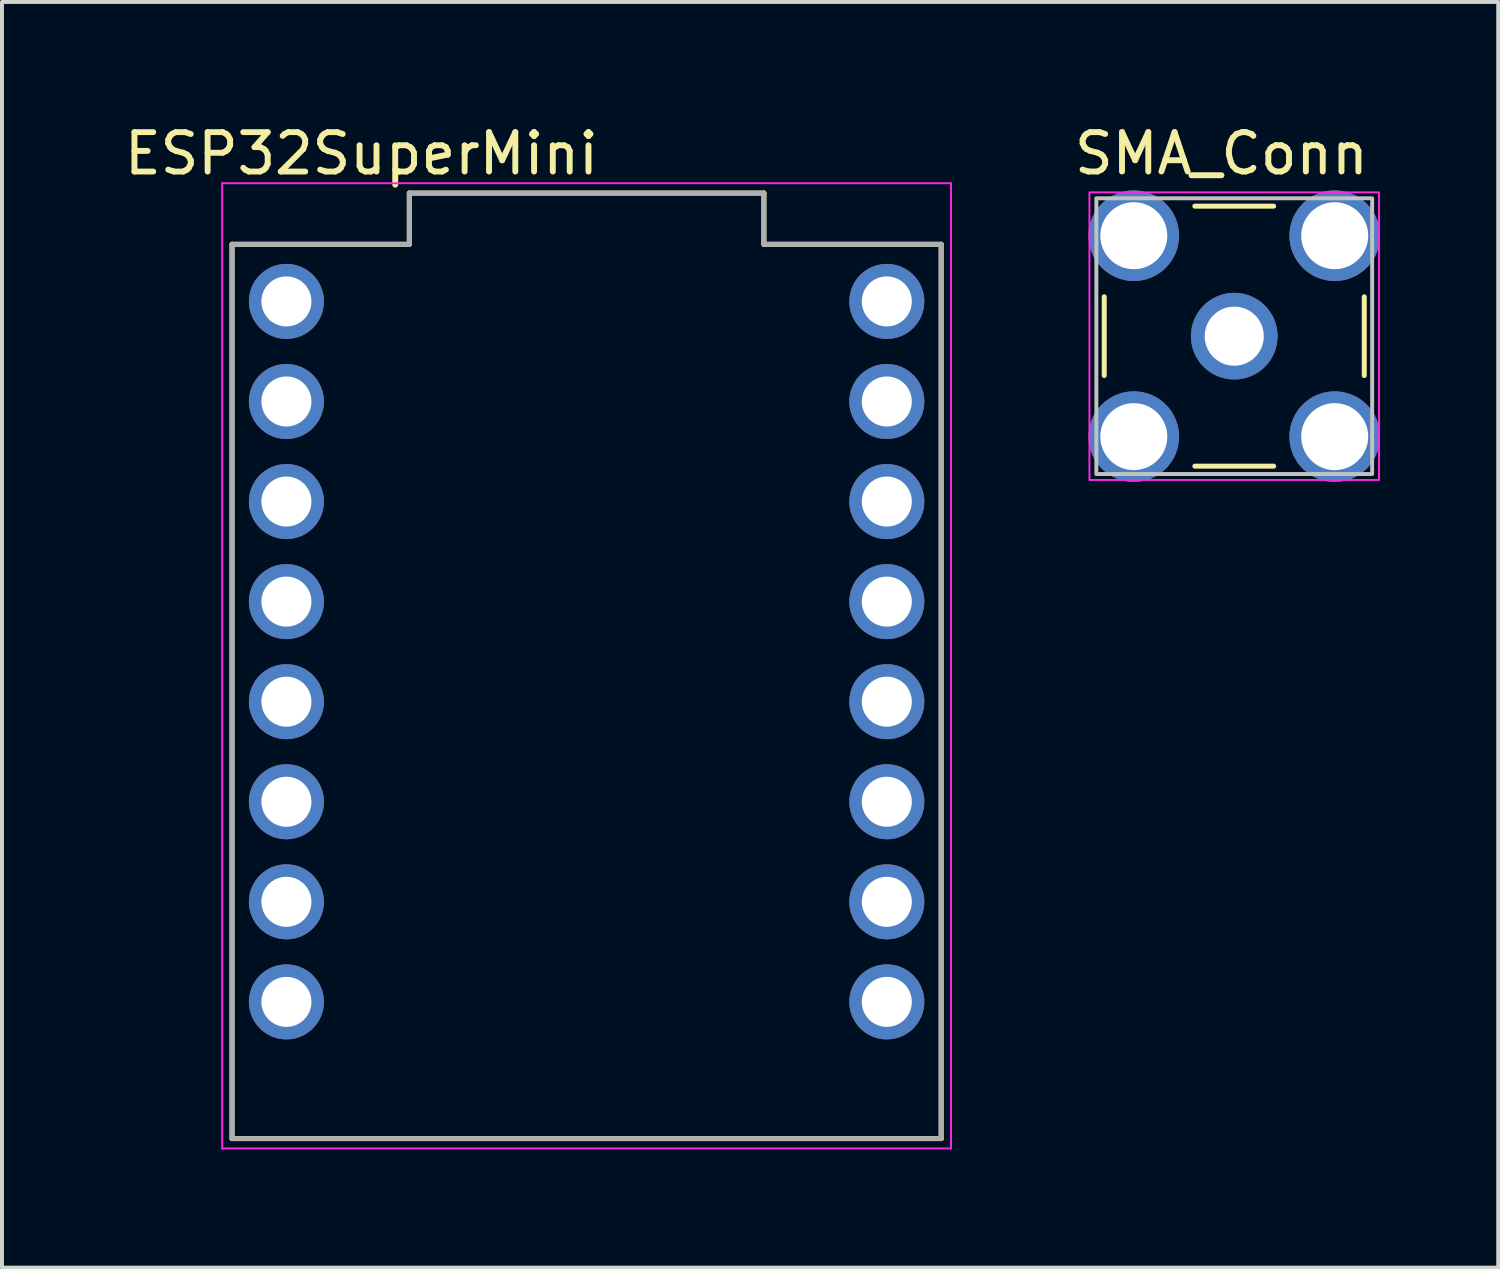
<source format=kicad_pcb>
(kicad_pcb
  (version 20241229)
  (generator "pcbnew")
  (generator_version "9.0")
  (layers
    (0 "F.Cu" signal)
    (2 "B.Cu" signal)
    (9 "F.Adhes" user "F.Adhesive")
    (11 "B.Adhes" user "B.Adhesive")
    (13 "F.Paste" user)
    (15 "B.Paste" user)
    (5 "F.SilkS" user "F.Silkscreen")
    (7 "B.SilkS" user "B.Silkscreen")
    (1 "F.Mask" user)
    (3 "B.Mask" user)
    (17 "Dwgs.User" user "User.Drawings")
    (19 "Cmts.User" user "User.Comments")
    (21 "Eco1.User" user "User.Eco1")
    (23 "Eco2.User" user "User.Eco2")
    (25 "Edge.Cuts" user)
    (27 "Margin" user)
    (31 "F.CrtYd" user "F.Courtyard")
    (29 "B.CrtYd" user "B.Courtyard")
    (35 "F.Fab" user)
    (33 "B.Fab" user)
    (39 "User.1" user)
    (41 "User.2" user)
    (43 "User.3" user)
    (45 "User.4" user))
  (footprint "SMA_Conn"
    (layer "F.Cu")
    (at 28.279 5.483)
    (property "Reference" "SMA_Conn" (at -0.325 -4.635 0) (layer "F.SilkS") (effects (font (size 1 1) (thickness 0.15))))
    (attr through_hole)
    (fp_line (start -3.3 1) (end -3.3 -1) (stroke (width 0.127) (type solid)) (layer "F.SilkS"))
    (fp_line (start -1 -3.3) (end 1 -3.3) (stroke (width 0.127) (type solid)) (layer "F.SilkS"))
    (fp_line (start 1 3.3) (end -1 3.3) (stroke (width 0.127) (type solid)) (layer "F.SilkS"))
    (fp_line (start 3.3 -1) (end 3.3 1) (stroke (width 0.127) (type solid)) (layer "F.SilkS"))
    (fp_rect (start -3.5 -3.5) (end 3.5 3.5) (stroke (width 0.1) (type default)) (fill no) (layer "Dwgs.User"))
    (fp_rect (start -3.675 -3.65) (end 3.675 3.65) (stroke (width 0.05) (type default)) (fill no) (layer "F.CrtYd"))
    (pad "1" thru_hole circle (at 0 0) (size 2.2 2.2) (drill 1.5) (layers "*.Cu" "*.Mask"))
    (pad "2" thru_hole circle (at -2.55 -2.55) (size 2.3 2.3) (drill 1.7) (layers "*.Cu" "*.Mask"))
    (pad "2" thru_hole circle (at -2.55 2.55) (size 2.3 2.3) (drill 1.7) (layers "*.Cu" "*.Mask"))
    (pad "2" thru_hole circle (at 2.55 -2.55) (size 2.3 2.3) (drill 1.7) (layers "*.Cu" "*.Mask"))
    (pad "2" thru_hole circle (at 2.55 2.55) (size 2.3 2.3) (drill 1.7) (layers "*.Cu" "*.Mask")))
  (footprint "ESP32SuperMini"
    (layer "F.Cu")
    (at 11.84 14.501)
    (property "Reference" "ESP32SuperMini" (at -5.715 -13.652 0) (layer "F.SilkS") (effects (font (size 1 1) (thickness 0.15))))
    (attr through_hole)
    (fp_line (start -9 11.35) (end -9 -11.35) (stroke (width 0.127) (type solid)) (layer "F.SilkS"))
    (fp_line (start -4.5 -12.65) (end -4.5 -11.35) (stroke (width 0.127) (type solid)) (layer "F.SilkS"))
    (fp_line (start -4.5 -11.35) (end -9 -11.35) (stroke (width 0.127) (type solid)) (layer "F.SilkS"))
    (fp_line (start 4.5 -12.65) (end -4.5 -12.65) (stroke (width 0.127) (type solid)) (layer "F.SilkS"))
    (fp_line (start 4.5 -12.65) (end 4.5 -11.35) (stroke (width 0.127) (type solid)) (layer "F.SilkS"))
    (fp_line (start 9 -11.35) (end 4.5 -11.35) (stroke (width 0.127) (type solid)) (layer "F.SilkS"))
    (fp_line (start 9 11.35) (end -9 11.35) (stroke (width 0.127) (type solid)) (layer "F.SilkS"))
    (fp_line (start 9 11.35) (end 9 -11.35) (stroke (width 0.127) (type solid)) (layer "F.SilkS"))
    (fp_line (start -9.25 -12.9) (end 9.25 -12.9) (stroke (width 0.05) (type solid)) (layer "F.CrtYd"))
    (fp_line (start -9.25 11.6) (end -9.25 -12.9) (stroke (width 0.05) (type solid)) (layer "F.CrtYd"))
    (fp_line (start 9.25 -12.9) (end 9.25 11.6) (stroke (width 0.05) (type solid)) (layer "F.CrtYd"))
    (fp_line (start 9.25 11.6) (end -9.25 11.6) (stroke (width 0.05) (type solid)) (layer "F.CrtYd"))
    (fp_line (start -9 11.35) (end -9 -11.35) (stroke (width 0.127) (type solid)) (layer "F.Fab"))
    (fp_line (start -4.5 -12.65) (end -4.5 -11.35) (stroke (width 0.127) (type solid)) (layer "F.Fab"))
    (fp_line (start -4.5 -11.35) (end -9 -11.35) (stroke (width 0.127) (type solid)) (layer "F.Fab"))
    (fp_line (start 4.5 -12.65) (end -4.5 -12.65) (stroke (width 0.127) (type solid)) (layer "F.Fab"))
    (fp_line (start 4.5 -12.65) (end 4.5 -11.35) (stroke (width 0.127) (type solid)) (layer "F.Fab"))
    (fp_line (start 9 -11.35) (end 4.5 -11.35) (stroke (width 0.127) (type solid)) (layer "F.Fab"))
    (fp_line (start 9 11.35) (end -9 11.35) (stroke (width 0.127) (type solid)) (layer "F.Fab"))
    (fp_line (start 9 11.35) (end 9 -11.35) (stroke (width 0.127) (type solid)) (layer "F.Fab"))
    (pad "1" thru_hole circle (at -7.62 -9.9) (size 1.905 1.905) (drill 1.27) (layers "*.Cu" "*.Mask"))
    (pad "2" thru_hole circle (at -7.62 -7.36) (size 1.905 1.905) (drill 1.27) (layers "*.Cu" "*.Mask"))
    (pad "3" thru_hole circle (at -7.62 -4.82) (size 1.905 1.905) (drill 1.27) (layers "*.Cu" "*.Mask"))
    (pad "4" thru_hole circle (at -7.62 -2.28) (size 1.905 1.905) (drill 1.27) (layers "*.Cu" "*.Mask"))
    (pad "5" thru_hole circle (at -7.62 0.26) (size 1.905 1.905) (drill 1.27) (layers "*.Cu" "*.Mask"))
    (pad "6" thru_hole circle (at -7.62 2.8) (size 1.905 1.905) (drill 1.27) (layers "*.Cu" "*.Mask"))
    (pad "7" thru_hole circle (at -7.62 5.34) (size 1.905 1.905) (drill 1.27) (layers "*.Cu" "*.Mask"))
    (pad "8" thru_hole circle (at -7.62 7.88) (size 1.905 1.905) (drill 1.27) (layers "*.Cu" "*.Mask"))
    (pad "9" thru_hole circle (at 7.62 -9.9) (size 1.905 1.905) (drill 1.27) (layers "*.Cu" "*.Mask"))
    (pad "10" thru_hole circle (at 7.62 -7.36) (size 1.905 1.905) (drill 1.27) (layers "*.Cu" "*.Mask"))
    (pad "11" thru_hole circle (at 7.62 -4.82) (size 1.905 1.905) (drill 1.27) (layers "*.Cu" "*.Mask"))
    (pad "12" thru_hole circle (at 7.62 -2.28) (size 1.905 1.905) (drill 1.27) (layers "*.Cu" "*.Mask"))
    (pad "13" thru_hole circle (at 7.62 0.26) (size 1.905 1.905) (drill 1.27) (layers "*.Cu" "*.Mask"))
    (pad "14" thru_hole circle (at 7.62 2.8) (size 1.905 1.905) (drill 1.27) (layers "*.Cu" "*.Mask"))
    (pad "15" thru_hole circle (at 7.62 5.34) (size 1.905 1.905) (drill 1.27) (layers "*.Cu" "*.Mask"))
    (pad "16" thru_hole circle (at 7.62 7.88) (size 1.905 1.905) (drill 1.27) (layers "*.Cu" "*.Mask")))
  (gr_rect
    (start -3 -3)
    (end 34.979 29.126)
    (stroke (width 0.1) (type default))
    (fill no)
    (layer "Edge.Cuts")))
</source>
